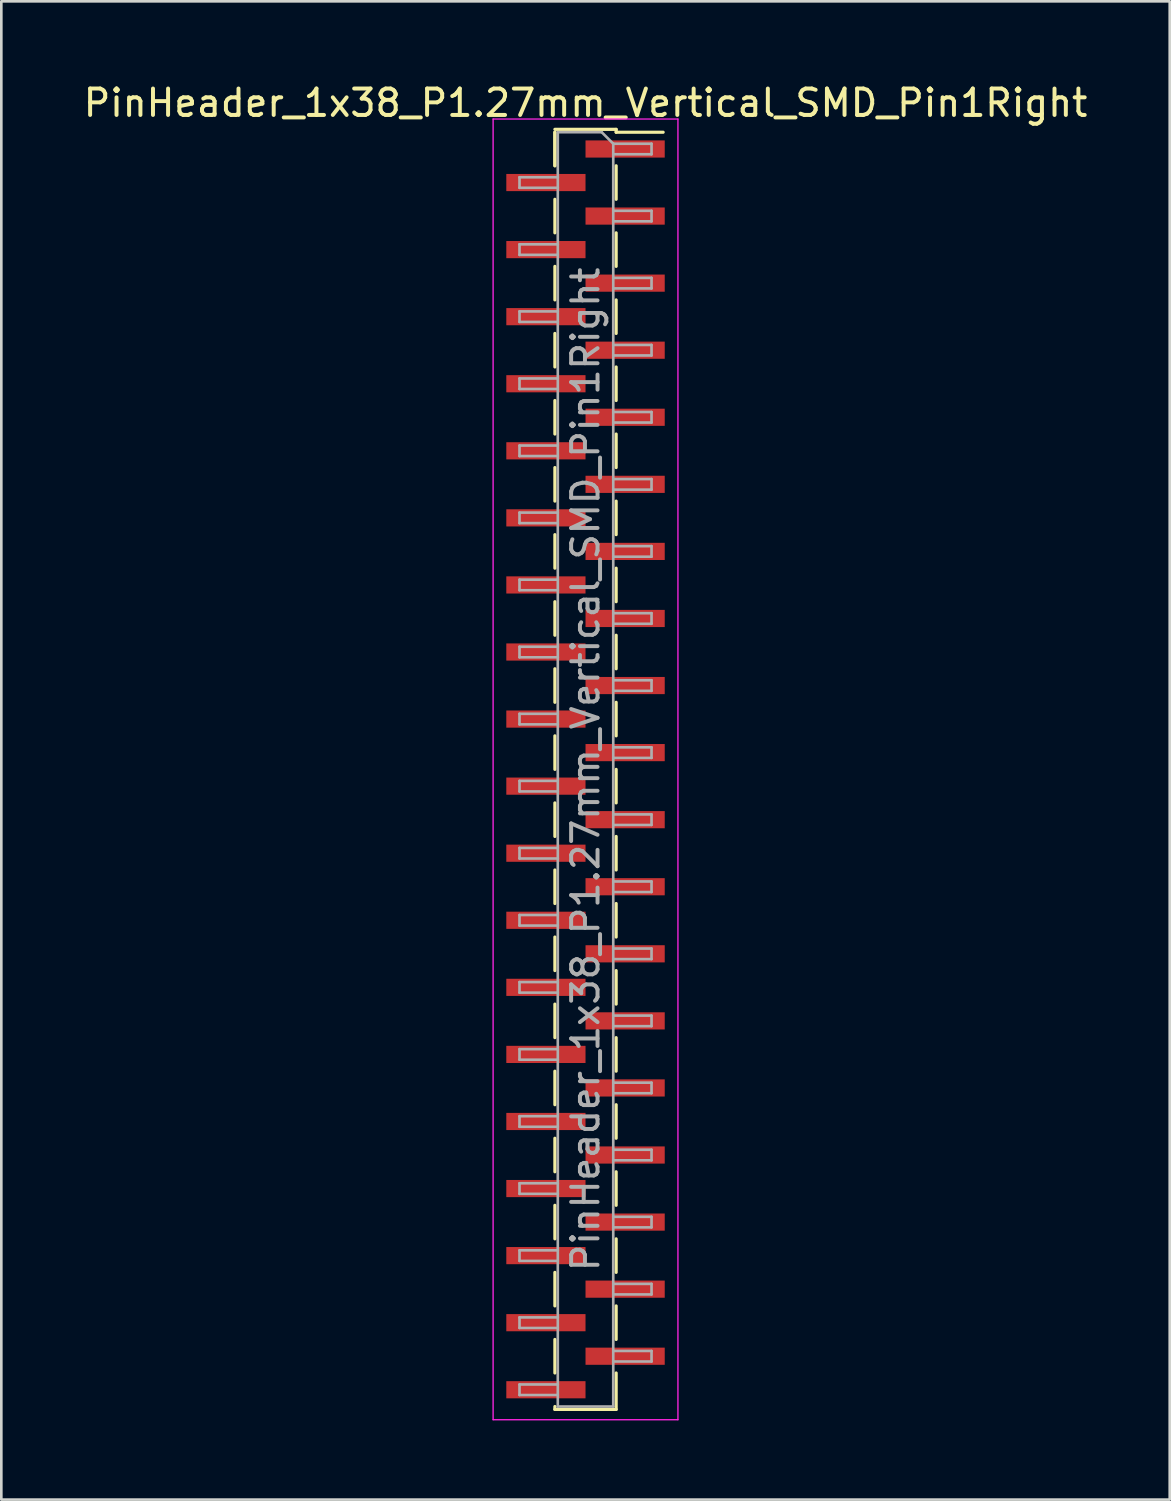
<source format=kicad_pcb>
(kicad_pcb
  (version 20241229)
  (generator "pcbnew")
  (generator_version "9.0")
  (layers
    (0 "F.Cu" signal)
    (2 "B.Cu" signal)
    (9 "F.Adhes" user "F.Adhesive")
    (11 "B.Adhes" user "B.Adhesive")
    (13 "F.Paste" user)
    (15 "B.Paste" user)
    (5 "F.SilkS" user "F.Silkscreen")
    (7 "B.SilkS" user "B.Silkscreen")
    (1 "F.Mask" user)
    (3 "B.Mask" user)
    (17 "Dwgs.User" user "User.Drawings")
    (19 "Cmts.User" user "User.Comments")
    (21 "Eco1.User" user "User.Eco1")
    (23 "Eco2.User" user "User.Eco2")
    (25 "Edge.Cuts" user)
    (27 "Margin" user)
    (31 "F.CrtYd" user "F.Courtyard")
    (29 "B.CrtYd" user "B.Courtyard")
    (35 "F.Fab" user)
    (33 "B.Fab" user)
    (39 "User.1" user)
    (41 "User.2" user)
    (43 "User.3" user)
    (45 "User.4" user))
  (footprint "PinHeader_1x38_P1.27mm_Vertical_SMD_Pin1Right"
    (layer "F.Cu")
    (at 19.125 26.088)
    (property "Reference" "PinHeader_1x38_P1.27mm_Vertical_SMD_Pin1Right" (at 0 -25.24 0) (layer "F.SilkS") (effects (font (size 1 1) (thickness 0.15))))
    (attr smd)
    (fp_line (start -1.16 -24.24) (end 1.16 -24.24) (stroke (width 0.12) (type solid)) (layer "F.SilkS"))
    (fp_line (start -1.16 -24.13) (end -1.16 -22.86) (stroke (width 0.12) (type solid)) (layer "F.SilkS"))
    (fp_line (start -1.16 -24.13) (end -1.16 -22.86) (stroke (width 0.12) (type solid)) (layer "F.SilkS"))
    (fp_line (start -1.16 -21.59) (end -1.16 -20.32) (stroke (width 0.12) (type solid)) (layer "F.SilkS"))
    (fp_line (start -1.16 -19.05) (end -1.16 -17.78) (stroke (width 0.12) (type solid)) (layer "F.SilkS"))
    (fp_line (start -1.16 -16.51) (end -1.16 -15.24) (stroke (width 0.12) (type solid)) (layer "F.SilkS"))
    (fp_line (start -1.16 -13.97) (end -1.16 -12.7) (stroke (width 0.12) (type solid)) (layer "F.SilkS"))
    (fp_line (start -1.16 -11.43) (end -1.16 -10.16) (stroke (width 0.12) (type solid)) (layer "F.SilkS"))
    (fp_line (start -1.16 -8.89) (end -1.16 -7.62) (stroke (width 0.12) (type solid)) (layer "F.SilkS"))
    (fp_line (start -1.16 -6.35) (end -1.16 -5.08) (stroke (width 0.12) (type solid)) (layer "F.SilkS"))
    (fp_line (start -1.16 -3.81) (end -1.16 -2.54) (stroke (width 0.12) (type solid)) (layer "F.SilkS"))
    (fp_line (start -1.16 -1.27) (end -1.16 0) (stroke (width 0.12) (type solid)) (layer "F.SilkS"))
    (fp_line (start -1.16 1.27) (end -1.16 2.54) (stroke (width 0.12) (type solid)) (layer "F.SilkS"))
    (fp_line (start -1.16 3.81) (end -1.16 5.08) (stroke (width 0.12) (type solid)) (layer "F.SilkS"))
    (fp_line (start -1.16 6.35) (end -1.16 7.62) (stroke (width 0.12) (type solid)) (layer "F.SilkS"))
    (fp_line (start -1.16 8.89) (end -1.16 10.16) (stroke (width 0.12) (type solid)) (layer "F.SilkS"))
    (fp_line (start -1.16 11.43) (end -1.16 12.7) (stroke (width 0.12) (type solid)) (layer "F.SilkS"))
    (fp_line (start -1.16 13.97) (end -1.16 15.24) (stroke (width 0.12) (type solid)) (layer "F.SilkS"))
    (fp_line (start -1.16 16.51) (end -1.16 17.78) (stroke (width 0.12) (type solid)) (layer "F.SilkS"))
    (fp_line (start -1.16 19.05) (end -1.16 20.32) (stroke (width 0.12) (type solid)) (layer "F.SilkS"))
    (fp_line (start -1.16 21.59) (end -1.16 22.86) (stroke (width 0.12) (type solid)) (layer "F.SilkS"))
    (fp_line (start -1.16 24.13) (end -1.16 24.24) (stroke (width 0.12) (type solid)) (layer "F.SilkS"))
    (fp_line (start -1.16 24.24) (end 1.16 24.24) (stroke (width 0.12) (type solid)) (layer "F.SilkS"))
    (fp_line (start 1.16 -24.24) (end 1.16 -24.13) (stroke (width 0.12) (type solid)) (layer "F.SilkS"))
    (fp_line (start 1.16 -24.13) (end 2.94 -24.13) (stroke (width 0.12) (type solid)) (layer "F.SilkS"))
    (fp_line (start 1.16 -22.86) (end 1.16 -21.59) (stroke (width 0.12) (type solid)) (layer "F.SilkS"))
    (fp_line (start 1.16 -20.32) (end 1.16 -19.05) (stroke (width 0.12) (type solid)) (layer "F.SilkS"))
    (fp_line (start 1.16 -17.78) (end 1.16 -16.51) (stroke (width 0.12) (type solid)) (layer "F.SilkS"))
    (fp_line (start 1.16 -15.24) (end 1.16 -13.97) (stroke (width 0.12) (type solid)) (layer "F.SilkS"))
    (fp_line (start 1.16 -12.7) (end 1.16 -11.43) (stroke (width 0.12) (type solid)) (layer "F.SilkS"))
    (fp_line (start 1.16 -10.16) (end 1.16 -8.89) (stroke (width 0.12) (type solid)) (layer "F.SilkS"))
    (fp_line (start 1.16 -7.62) (end 1.16 -6.35) (stroke (width 0.12) (type solid)) (layer "F.SilkS"))
    (fp_line (start 1.16 -5.08) (end 1.16 -3.81) (stroke (width 0.12) (type solid)) (layer "F.SilkS"))
    (fp_line (start 1.16 -2.54) (end 1.16 -1.27) (stroke (width 0.12) (type solid)) (layer "F.SilkS"))
    (fp_line (start 1.16 0) (end 1.16 1.27) (stroke (width 0.12) (type solid)) (layer "F.SilkS"))
    (fp_line (start 1.16 2.54) (end 1.16 3.81) (stroke (width 0.12) (type solid)) (layer "F.SilkS"))
    (fp_line (start 1.16 5.08) (end 1.16 6.35) (stroke (width 0.12) (type solid)) (layer "F.SilkS"))
    (fp_line (start 1.16 7.62) (end 1.16 8.89) (stroke (width 0.12) (type solid)) (layer "F.SilkS"))
    (fp_line (start 1.16 10.16) (end 1.16 11.43) (stroke (width 0.12) (type solid)) (layer "F.SilkS"))
    (fp_line (start 1.16 12.7) (end 1.16 13.97) (stroke (width 0.12) (type solid)) (layer "F.SilkS"))
    (fp_line (start 1.16 15.24) (end 1.16 16.51) (stroke (width 0.12) (type solid)) (layer "F.SilkS"))
    (fp_line (start 1.16 17.78) (end 1.16 19.05) (stroke (width 0.12) (type solid)) (layer "F.SilkS"))
    (fp_line (start 1.16 20.32) (end 1.16 21.59) (stroke (width 0.12) (type solid)) (layer "F.SilkS"))
    (fp_line (start 1.16 22.86) (end 1.16 24.24) (stroke (width 0.12) (type solid)) (layer "F.SilkS"))
    (fp_line (start -3.5 -24.63) (end -3.5 24.63) (stroke (width 0.05) (type solid)) (layer "F.CrtYd"))
    (fp_line (start -3.5 24.63) (end 3.5 24.63) (stroke (width 0.05) (type solid)) (layer "F.CrtYd"))
    (fp_line (start 3.5 -24.63) (end -3.5 -24.63) (stroke (width 0.05) (type solid)) (layer "F.CrtYd"))
    (fp_line (start 3.5 24.63) (end 3.5 -24.63) (stroke (width 0.05) (type solid)) (layer "F.CrtYd"))
    (fp_line (start -2.5 -22.425) (end -2.5 -22.025) (stroke (width 0.1) (type solid)) (layer "F.Fab"))
    (fp_line (start -2.5 -22.025) (end -1.05 -22.025) (stroke (width 0.1) (type solid)) (layer "F.Fab"))
    (fp_line (start -2.5 -19.885) (end -2.5 -19.485) (stroke (width 0.1) (type solid)) (layer "F.Fab"))
    (fp_line (start -2.5 -19.485) (end -1.05 -19.485) (stroke (width 0.1) (type solid)) (layer "F.Fab"))
    (fp_line (start -2.5 -17.345) (end -2.5 -16.945) (stroke (width 0.1) (type solid)) (layer "F.Fab"))
    (fp_line (start -2.5 -16.945) (end -1.05 -16.945) (stroke (width 0.1) (type solid)) (layer "F.Fab"))
    (fp_line (start -2.5 -14.805) (end -2.5 -14.405) (stroke (width 0.1) (type solid)) (layer "F.Fab"))
    (fp_line (start -2.5 -14.405) (end -1.05 -14.405) (stroke (width 0.1) (type solid)) (layer "F.Fab"))
    (fp_line (start -2.5 -12.265) (end -2.5 -11.865) (stroke (width 0.1) (type solid)) (layer "F.Fab"))
    (fp_line (start -2.5 -11.865) (end -1.05 -11.865) (stroke (width 0.1) (type solid)) (layer "F.Fab"))
    (fp_line (start -2.5 -9.725) (end -2.5 -9.325) (stroke (width 0.1) (type solid)) (layer "F.Fab"))
    (fp_line (start -2.5 -9.325) (end -1.05 -9.325) (stroke (width 0.1) (type solid)) (layer "F.Fab"))
    (fp_line (start -2.5 -7.185) (end -2.5 -6.785) (stroke (width 0.1) (type solid)) (layer "F.Fab"))
    (fp_line (start -2.5 -6.785) (end -1.05 -6.785) (stroke (width 0.1) (type solid)) (layer "F.Fab"))
    (fp_line (start -2.5 -4.645) (end -2.5 -4.245) (stroke (width 0.1) (type solid)) (layer "F.Fab"))
    (fp_line (start -2.5 -4.245) (end -1.05 -4.245) (stroke (width 0.1) (type solid)) (layer "F.Fab"))
    (fp_line (start -2.5 -2.105) (end -2.5 -1.705) (stroke (width 0.1) (type solid)) (layer "F.Fab"))
    (fp_line (start -2.5 -1.705) (end -1.05 -1.705) (stroke (width 0.1) (type solid)) (layer "F.Fab"))
    (fp_line (start -2.5 0.435) (end -2.5 0.835) (stroke (width 0.1) (type solid)) (layer "F.Fab"))
    (fp_line (start -2.5 0.835) (end -1.05 0.835) (stroke (width 0.1) (type solid)) (layer "F.Fab"))
    (fp_line (start -2.5 2.975) (end -2.5 3.375) (stroke (width 0.1) (type solid)) (layer "F.Fab"))
    (fp_line (start -2.5 3.375) (end -1.05 3.375) (stroke (width 0.1) (type solid)) (layer "F.Fab"))
    (fp_line (start -2.5 5.515) (end -2.5 5.915) (stroke (width 0.1) (type solid)) (layer "F.Fab"))
    (fp_line (start -2.5 5.915) (end -1.05 5.915) (stroke (width 0.1) (type solid)) (layer "F.Fab"))
    (fp_line (start -2.5 8.055) (end -2.5 8.455) (stroke (width 0.1) (type solid)) (layer "F.Fab"))
    (fp_line (start -2.5 8.455) (end -1.05 8.455) (stroke (width 0.1) (type solid)) (layer "F.Fab"))
    (fp_line (start -2.5 10.595) (end -2.5 10.995) (stroke (width 0.1) (type solid)) (layer "F.Fab"))
    (fp_line (start -2.5 10.995) (end -1.05 10.995) (stroke (width 0.1) (type solid)) (layer "F.Fab"))
    (fp_line (start -2.5 13.135) (end -2.5 13.535) (stroke (width 0.1) (type solid)) (layer "F.Fab"))
    (fp_line (start -2.5 13.535) (end -1.05 13.535) (stroke (width 0.1) (type solid)) (layer "F.Fab"))
    (fp_line (start -2.5 15.675) (end -2.5 16.075) (stroke (width 0.1) (type solid)) (layer "F.Fab"))
    (fp_line (start -2.5 16.075) (end -1.05 16.075) (stroke (width 0.1) (type solid)) (layer "F.Fab"))
    (fp_line (start -2.5 18.215) (end -2.5 18.615) (stroke (width 0.1) (type solid)) (layer "F.Fab"))
    (fp_line (start -2.5 18.615) (end -1.05 18.615) (stroke (width 0.1) (type solid)) (layer "F.Fab"))
    (fp_line (start -2.5 20.755) (end -2.5 21.155) (stroke (width 0.1) (type solid)) (layer "F.Fab"))
    (fp_line (start -2.5 21.155) (end -1.05 21.155) (stroke (width 0.1) (type solid)) (layer "F.Fab"))
    (fp_line (start -2.5 23.295) (end -2.5 23.695) (stroke (width 0.1) (type solid)) (layer "F.Fab"))
    (fp_line (start -2.5 23.695) (end -1.05 23.695) (stroke (width 0.1) (type solid)) (layer "F.Fab"))
    (fp_line (start -1.05 -24.13) (end -1.05 24.13) (stroke (width 0.1) (type solid)) (layer "F.Fab"))
    (fp_line (start -1.05 -24.13) (end 0.615 -24.13) (stroke (width 0.1) (type solid)) (layer "F.Fab"))
    (fp_line (start -1.05 -22.425) (end -2.5 -22.425) (stroke (width 0.1) (type solid)) (layer "F.Fab"))
    (fp_line (start -1.05 -19.885) (end -2.5 -19.885) (stroke (width 0.1) (type solid)) (layer "F.Fab"))
    (fp_line (start -1.05 -17.345) (end -2.5 -17.345) (stroke (width 0.1) (type solid)) (layer "F.Fab"))
    (fp_line (start -1.05 -14.805) (end -2.5 -14.805) (stroke (width 0.1) (type solid)) (layer "F.Fab"))
    (fp_line (start -1.05 -12.265) (end -2.5 -12.265) (stroke (width 0.1) (type solid)) (layer "F.Fab"))
    (fp_line (start -1.05 -9.725) (end -2.5 -9.725) (stroke (width 0.1) (type solid)) (layer "F.Fab"))
    (fp_line (start -1.05 -7.185) (end -2.5 -7.185) (stroke (width 0.1) (type solid)) (layer "F.Fab"))
    (fp_line (start -1.05 -4.645) (end -2.5 -4.645) (stroke (width 0.1) (type solid)) (layer "F.Fab"))
    (fp_line (start -1.05 -2.105) (end -2.5 -2.105) (stroke (width 0.1) (type solid)) (layer "F.Fab"))
    (fp_line (start -1.05 0.435) (end -2.5 0.435) (stroke (width 0.1) (type solid)) (layer "F.Fab"))
    (fp_line (start -1.05 2.975) (end -2.5 2.975) (stroke (width 0.1) (type solid)) (layer "F.Fab"))
    (fp_line (start -1.05 5.515) (end -2.5 5.515) (stroke (width 0.1) (type solid)) (layer "F.Fab"))
    (fp_line (start -1.05 8.055) (end -2.5 8.055) (stroke (width 0.1) (type solid)) (layer "F.Fab"))
    (fp_line (start -1.05 10.595) (end -2.5 10.595) (stroke (width 0.1) (type solid)) (layer "F.Fab"))
    (fp_line (start -1.05 13.135) (end -2.5 13.135) (stroke (width 0.1) (type solid)) (layer "F.Fab"))
    (fp_line (start -1.05 15.675) (end -2.5 15.675) (stroke (width 0.1) (type solid)) (layer "F.Fab"))
    (fp_line (start -1.05 18.215) (end -2.5 18.215) (stroke (width 0.1) (type solid)) (layer "F.Fab"))
    (fp_line (start -1.05 20.755) (end -2.5 20.755) (stroke (width 0.1) (type solid)) (layer "F.Fab"))
    (fp_line (start -1.05 23.295) (end -2.5 23.295) (stroke (width 0.1) (type solid)) (layer "F.Fab"))
    (fp_line (start 1.05 -23.695) (end 0.615 -24.13) (stroke (width 0.1) (type solid)) (layer "F.Fab"))
    (fp_line (start 1.05 -23.695) (end 2.5 -23.695) (stroke (width 0.1) (type solid)) (layer "F.Fab"))
    (fp_line (start 1.05 -21.155) (end 2.5 -21.155) (stroke (width 0.1) (type solid)) (layer "F.Fab"))
    (fp_line (start 1.05 -18.615) (end 2.5 -18.615) (stroke (width 0.1) (type solid)) (layer "F.Fab"))
    (fp_line (start 1.05 -16.075) (end 2.5 -16.075) (stroke (width 0.1) (type solid)) (layer "F.Fab"))
    (fp_line (start 1.05 -13.535) (end 2.5 -13.535) (stroke (width 0.1) (type solid)) (layer "F.Fab"))
    (fp_line (start 1.05 -10.995) (end 2.5 -10.995) (stroke (width 0.1) (type solid)) (layer "F.Fab"))
    (fp_line (start 1.05 -8.455) (end 2.5 -8.455) (stroke (width 0.1) (type solid)) (layer "F.Fab"))
    (fp_line (start 1.05 -5.915) (end 2.5 -5.915) (stroke (width 0.1) (type solid)) (layer "F.Fab"))
    (fp_line (start 1.05 -3.375) (end 2.5 -3.375) (stroke (width 0.1) (type solid)) (layer "F.Fab"))
    (fp_line (start 1.05 -0.835) (end 2.5 -0.835) (stroke (width 0.1) (type solid)) (layer "F.Fab"))
    (fp_line (start 1.05 1.705) (end 2.5 1.705) (stroke (width 0.1) (type solid)) (layer "F.Fab"))
    (fp_line (start 1.05 4.245) (end 2.5 4.245) (stroke (width 0.1) (type solid)) (layer "F.Fab"))
    (fp_line (start 1.05 6.785) (end 2.5 6.785) (stroke (width 0.1) (type solid)) (layer "F.Fab"))
    (fp_line (start 1.05 9.325) (end 2.5 9.325) (stroke (width 0.1) (type solid)) (layer "F.Fab"))
    (fp_line (start 1.05 11.865) (end 2.5 11.865) (stroke (width 0.1) (type solid)) (layer "F.Fab"))
    (fp_line (start 1.05 14.405) (end 2.5 14.405) (stroke (width 0.1) (type solid)) (layer "F.Fab"))
    (fp_line (start 1.05 16.945) (end 2.5 16.945) (stroke (width 0.1) (type solid)) (layer "F.Fab"))
    (fp_line (start 1.05 19.485) (end 2.5 19.485) (stroke (width 0.1) (type solid)) (layer "F.Fab"))
    (fp_line (start 1.05 22.025) (end 2.5 22.025) (stroke (width 0.1) (type solid)) (layer "F.Fab"))
    (fp_line (start 1.05 24.13) (end -1.05 24.13) (stroke (width 0.1) (type solid)) (layer "F.Fab"))
    (fp_line (start 1.05 24.13) (end 1.05 -23.695) (stroke (width 0.1) (type solid)) (layer "F.Fab"))
    (fp_line (start 2.5 -23.695) (end 2.5 -23.295) (stroke (width 0.1) (type solid)) (layer "F.Fab"))
    (fp_line (start 2.5 -23.295) (end 1.05 -23.295) (stroke (width 0.1) (type solid)) (layer "F.Fab"))
    (fp_line (start 2.5 -21.155) (end 2.5 -20.755) (stroke (width 0.1) (type solid)) (layer "F.Fab"))
    (fp_line (start 2.5 -20.755) (end 1.05 -20.755) (stroke (width 0.1) (type solid)) (layer "F.Fab"))
    (fp_line (start 2.5 -18.615) (end 2.5 -18.215) (stroke (width 0.1) (type solid)) (layer "F.Fab"))
    (fp_line (start 2.5 -18.215) (end 1.05 -18.215) (stroke (width 0.1) (type solid)) (layer "F.Fab"))
    (fp_line (start 2.5 -16.075) (end 2.5 -15.675) (stroke (width 0.1) (type solid)) (layer "F.Fab"))
    (fp_line (start 2.5 -15.675) (end 1.05 -15.675) (stroke (width 0.1) (type solid)) (layer "F.Fab"))
    (fp_line (start 2.5 -13.535) (end 2.5 -13.135) (stroke (width 0.1) (type solid)) (layer "F.Fab"))
    (fp_line (start 2.5 -13.135) (end 1.05 -13.135) (stroke (width 0.1) (type solid)) (layer "F.Fab"))
    (fp_line (start 2.5 -10.995) (end 2.5 -10.595) (stroke (width 0.1) (type solid)) (layer "F.Fab"))
    (fp_line (start 2.5 -10.595) (end 1.05 -10.595) (stroke (width 0.1) (type solid)) (layer "F.Fab"))
    (fp_line (start 2.5 -8.455) (end 2.5 -8.055) (stroke (width 0.1) (type solid)) (layer "F.Fab"))
    (fp_line (start 2.5 -8.055) (end 1.05 -8.055) (stroke (width 0.1) (type solid)) (layer "F.Fab"))
    (fp_line (start 2.5 -5.915) (end 2.5 -5.515) (stroke (width 0.1) (type solid)) (layer "F.Fab"))
    (fp_line (start 2.5 -5.515) (end 1.05 -5.515) (stroke (width 0.1) (type solid)) (layer "F.Fab"))
    (fp_line (start 2.5 -3.375) (end 2.5 -2.975) (stroke (width 0.1) (type solid)) (layer "F.Fab"))
    (fp_line (start 2.5 -2.975) (end 1.05 -2.975) (stroke (width 0.1) (type solid)) (layer "F.Fab"))
    (fp_line (start 2.5 -0.835) (end 2.5 -0.435) (stroke (width 0.1) (type solid)) (layer "F.Fab"))
    (fp_line (start 2.5 -0.435) (end 1.05 -0.435) (stroke (width 0.1) (type solid)) (layer "F.Fab"))
    (fp_line (start 2.5 1.705) (end 2.5 2.105) (stroke (width 0.1) (type solid)) (layer "F.Fab"))
    (fp_line (start 2.5 2.105) (end 1.05 2.105) (stroke (width 0.1) (type solid)) (layer "F.Fab"))
    (fp_line (start 2.5 4.245) (end 2.5 4.645) (stroke (width 0.1) (type solid)) (layer "F.Fab"))
    (fp_line (start 2.5 4.645) (end 1.05 4.645) (stroke (width 0.1) (type solid)) (layer "F.Fab"))
    (fp_line (start 2.5 6.785) (end 2.5 7.185) (stroke (width 0.1) (type solid)) (layer "F.Fab"))
    (fp_line (start 2.5 7.185) (end 1.05 7.185) (stroke (width 0.1) (type solid)) (layer "F.Fab"))
    (fp_line (start 2.5 9.325) (end 2.5 9.725) (stroke (width 0.1) (type solid)) (layer "F.Fab"))
    (fp_line (start 2.5 9.725) (end 1.05 9.725) (stroke (width 0.1) (type solid)) (layer "F.Fab"))
    (fp_line (start 2.5 11.865) (end 2.5 12.265) (stroke (width 0.1) (type solid)) (layer "F.Fab"))
    (fp_line (start 2.5 12.265) (end 1.05 12.265) (stroke (width 0.1) (type solid)) (layer "F.Fab"))
    (fp_line (start 2.5 14.405) (end 2.5 14.805) (stroke (width 0.1) (type solid)) (layer "F.Fab"))
    (fp_line (start 2.5 14.805) (end 1.05 14.805) (stroke (width 0.1) (type solid)) (layer "F.Fab"))
    (fp_line (start 2.5 16.945) (end 2.5 17.345) (stroke (width 0.1) (type solid)) (layer "F.Fab"))
    (fp_line (start 2.5 17.345) (end 1.05 17.345) (stroke (width 0.1) (type solid)) (layer "F.Fab"))
    (fp_line (start 2.5 19.485) (end 2.5 19.885) (stroke (width 0.1) (type solid)) (layer "F.Fab"))
    (fp_line (start 2.5 19.885) (end 1.05 19.885) (stroke (width 0.1) (type solid)) (layer "F.Fab"))
    (fp_line (start 2.5 22.025) (end 2.5 22.425) (stroke (width 0.1) (type solid)) (layer "F.Fab"))
    (fp_line (start 2.5 22.425) (end 1.05 22.425) (stroke (width 0.1) (type solid)) (layer "F.Fab"))
    (fp_text user "${REFERENCE}" (at 0 0 90) (layer "F.Fab") (effects (font (size 1 1) (thickness 0.15))))
    (pad "1" smd rect (at 1.5 -23.495) (size 3 0.65) (layers "F.Cu" "F.Mask" "F.Paste"))
    (pad "2" smd rect (at -1.5 -22.225) (size 3 0.65) (layers "F.Cu" "F.Mask" "F.Paste"))
    (pad "3" smd rect (at 1.5 -20.955) (size 3 0.65) (layers "F.Cu" "F.Mask" "F.Paste"))
    (pad "4" smd rect (at -1.5 -19.685) (size 3 0.65) (layers "F.Cu" "F.Mask" "F.Paste"))
    (pad "5" smd rect (at 1.5 -18.415) (size 3 0.65) (layers "F.Cu" "F.Mask" "F.Paste"))
    (pad "6" smd rect (at -1.5 -17.145) (size 3 0.65) (layers "F.Cu" "F.Mask" "F.Paste"))
    (pad "7" smd rect (at 1.5 -15.875) (size 3 0.65) (layers "F.Cu" "F.Mask" "F.Paste"))
    (pad "8" smd rect (at -1.5 -14.605) (size 3 0.65) (layers "F.Cu" "F.Mask" "F.Paste"))
    (pad "9" smd rect (at 1.5 -13.335) (size 3 0.65) (layers "F.Cu" "F.Mask" "F.Paste"))
    (pad "10" smd rect (at -1.5 -12.065) (size 3 0.65) (layers "F.Cu" "F.Mask" "F.Paste"))
    (pad "11" smd rect (at 1.5 -10.795) (size 3 0.65) (layers "F.Cu" "F.Mask" "F.Paste"))
    (pad "12" smd rect (at -1.5 -9.525) (size 3 0.65) (layers "F.Cu" "F.Mask" "F.Paste"))
    (pad "13" smd rect (at 1.5 -8.255) (size 3 0.65) (layers "F.Cu" "F.Mask" "F.Paste"))
    (pad "14" smd rect (at -1.5 -6.985) (size 3 0.65) (layers "F.Cu" "F.Mask" "F.Paste"))
    (pad "15" smd rect (at 1.5 -5.715) (size 3 0.65) (layers "F.Cu" "F.Mask" "F.Paste"))
    (pad "16" smd rect (at -1.5 -4.445) (size 3 0.65) (layers "F.Cu" "F.Mask" "F.Paste"))
    (pad "17" smd rect (at 1.5 -3.175) (size 3 0.65) (layers "F.Cu" "F.Mask" "F.Paste"))
    (pad "18" smd rect (at -1.5 -1.905) (size 3 0.65) (layers "F.Cu" "F.Mask" "F.Paste"))
    (pad "19" smd rect (at 1.5 -0.635) (size 3 0.65) (layers "F.Cu" "F.Mask" "F.Paste"))
    (pad "20" smd rect (at -1.5 0.635) (size 3 0.65) (layers "F.Cu" "F.Mask" "F.Paste"))
    (pad "21" smd rect (at 1.5 1.905) (size 3 0.65) (layers "F.Cu" "F.Mask" "F.Paste"))
    (pad "22" smd rect (at -1.5 3.175) (size 3 0.65) (layers "F.Cu" "F.Mask" "F.Paste"))
    (pad "23" smd rect (at 1.5 4.445) (size 3 0.65) (layers "F.Cu" "F.Mask" "F.Paste"))
    (pad "24" smd rect (at -1.5 5.715) (size 3 0.65) (layers "F.Cu" "F.Mask" "F.Paste"))
    (pad "25" smd rect (at 1.5 6.985) (size 3 0.65) (layers "F.Cu" "F.Mask" "F.Paste"))
    (pad "26" smd rect (at -1.5 8.255) (size 3 0.65) (layers "F.Cu" "F.Mask" "F.Paste"))
    (pad "27" smd rect (at 1.5 9.525) (size 3 0.65) (layers "F.Cu" "F.Mask" "F.Paste"))
    (pad "28" smd rect (at -1.5 10.795) (size 3 0.65) (layers "F.Cu" "F.Mask" "F.Paste"))
    (pad "29" smd rect (at 1.5 12.065) (size 3 0.65) (layers "F.Cu" "F.Mask" "F.Paste"))
    (pad "30" smd rect (at -1.5 13.335) (size 3 0.65) (layers "F.Cu" "F.Mask" "F.Paste"))
    (pad "31" smd rect (at 1.5 14.605) (size 3 0.65) (layers "F.Cu" "F.Mask" "F.Paste"))
    (pad "32" smd rect (at -1.5 15.875) (size 3 0.65) (layers "F.Cu" "F.Mask" "F.Paste"))
    (pad "33" smd rect (at 1.5 17.145) (size 3 0.65) (layers "F.Cu" "F.Mask" "F.Paste"))
    (pad "34" smd rect (at -1.5 18.415) (size 3 0.65) (layers "F.Cu" "F.Mask" "F.Paste"))
    (pad "35" smd rect (at 1.5 19.685) (size 3 0.65) (layers "F.Cu" "F.Mask" "F.Paste"))
    (pad "36" smd rect (at -1.5 20.955) (size 3 0.65) (layers "F.Cu" "F.Mask" "F.Paste"))
    (pad "37" smd rect (at 1.5 22.225) (size 3 0.65) (layers "F.Cu" "F.Mask" "F.Paste"))
    (pad "38" smd rect (at -1.5 23.495) (size 3 0.65) (layers "F.Cu" "F.Mask" "F.Paste")))
  (gr_rect
    (start -3 -3)
    (end 41.25 53.743)
    (stroke (width 0.1) (type default))
    (fill no)
    (layer "Edge.Cuts")))
</source>
